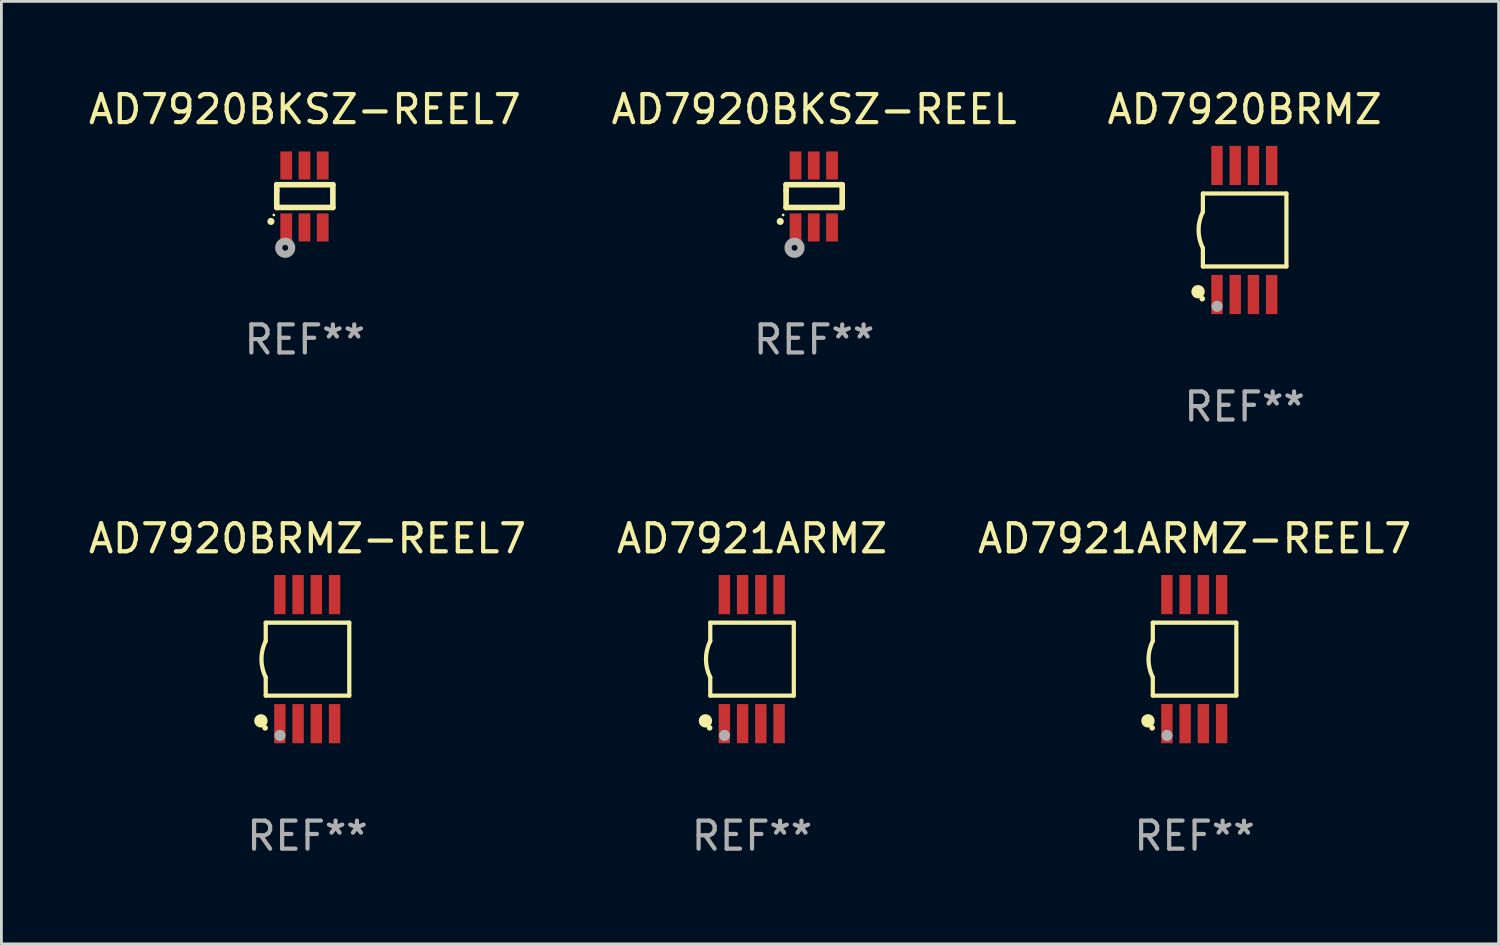
<source format=kicad_pcb>
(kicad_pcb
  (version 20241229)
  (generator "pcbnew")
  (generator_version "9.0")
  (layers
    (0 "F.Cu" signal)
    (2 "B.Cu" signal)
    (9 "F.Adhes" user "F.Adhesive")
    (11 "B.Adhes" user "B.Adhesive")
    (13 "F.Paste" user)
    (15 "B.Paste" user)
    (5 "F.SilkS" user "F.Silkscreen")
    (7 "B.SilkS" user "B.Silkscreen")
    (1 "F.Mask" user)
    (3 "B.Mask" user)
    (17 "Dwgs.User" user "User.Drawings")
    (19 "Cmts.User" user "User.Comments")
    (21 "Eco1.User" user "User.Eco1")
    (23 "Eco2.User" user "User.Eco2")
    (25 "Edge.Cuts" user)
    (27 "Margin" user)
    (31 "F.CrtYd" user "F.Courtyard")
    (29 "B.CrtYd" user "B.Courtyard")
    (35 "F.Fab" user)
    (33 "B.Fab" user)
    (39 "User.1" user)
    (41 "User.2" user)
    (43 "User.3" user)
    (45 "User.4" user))
  (footprint "AD7920BRMZ-REEL7"
    (layer "F.Cu")
    (at 7.911 20.445)
    (property "Reference" "AD7920BRMZ-REEL7" (at 0 -4.3 0) (layer "F.SilkS") (effects (font (size 1 1) (thickness 0.15))))
    (attr through_hole)
    (fp_line (start -1.489 -1.3) (end -1.489 -0.648) (stroke (width 0.15) (type solid)) (layer "F.SilkS"))
    (fp_line (start -1.489 0.648) (end -1.489 1.3) (stroke (width 0.15) (type solid)) (layer "F.SilkS"))
    (fp_line (start -1.489 1.3) (end 1.489 1.3) (stroke (width 0.15) (type solid)) (layer "F.SilkS"))
    (fp_line (start 1.489 -1.3) (end -1.489 -1.3) (stroke (width 0.15) (type solid)) (layer "F.SilkS"))
    (fp_line (start 1.489 1.3) (end 1.489 -1.3) (stroke (width 0.15) (type solid)) (layer "F.SilkS"))
    (fp_arc (start -1.489205 0.647702) (mid -1.642107 0) (end -1.489205 -0.647701) (stroke (width 0.150013) (type solid)) (layer "F.SilkS"))
    (fp_circle (center -1.661 2.2) (end -1.541 2.2) (stroke (width 0.24) (type solid)) (fill no) (layer "F.SilkS"))
    (fp_circle (center -1.511 2.45) (end -1.461 2.45) (stroke (width 0.1) (type solid)) (fill no) (layer "F.SilkS"))
    (fp_circle (center -0.981 2.72) (end -0.881 2.72) (stroke (width 0.2) (type solid)) (fill no) (layer "F.Fab"))
    (fp_text user "REF**" (at 0 6.3 0) (layer "F.Fab") (effects (font (size 1 1) (thickness 0.15))))
    (pad "1" smd rect (at -0.986 2.3) (size 0.406 1.397) (layers "F.Cu" "F.Mask" "F.Paste"))
    (pad "2" smd rect (at -0.336 2.3) (size 0.406 1.397) (layers "F.Cu" "F.Mask" "F.Paste"))
    (pad "3" smd rect (at 0.314 2.3) (size 0.406 1.397) (layers "F.Cu" "F.Mask" "F.Paste"))
    (pad "4" smd rect (at 0.964 2.3) (size 0.406 1.397) (layers "F.Cu" "F.Mask" "F.Paste"))
    (pad "5" smd rect (at 0.964 -2.3) (size 0.406 1.397) (layers "F.Cu" "F.Mask" "F.Paste"))
    (pad "6" smd rect (at 0.314 -2.3) (size 0.406 1.397) (layers "F.Cu" "F.Mask" "F.Paste"))
    (pad "7" smd rect (at -0.336 -2.3) (size 0.406 1.397) (layers "F.Cu" "F.Mask" "F.Paste"))
    (pad "8" smd rect (at -0.986 -2.3) (size 0.406 1.397) (layers "F.Cu" "F.Mask" "F.Paste")))
  (footprint "AD7921ARMZ"
    (layer "F.Cu")
    (at 23.756 20.445)
    (property "Reference" "AD7921ARMZ" (at 0 -4.3 0) (layer "F.SilkS") (effects (font (size 1 1) (thickness 0.15))))
    (attr through_hole)
    (fp_line (start -1.489 -1.3) (end -1.489 -0.648) (stroke (width 0.15) (type solid)) (layer "F.SilkS"))
    (fp_line (start -1.489 0.648) (end -1.489 1.3) (stroke (width 0.15) (type solid)) (layer "F.SilkS"))
    (fp_line (start -1.489 1.3) (end 1.489 1.3) (stroke (width 0.15) (type solid)) (layer "F.SilkS"))
    (fp_line (start 1.489 -1.3) (end -1.489 -1.3) (stroke (width 0.15) (type solid)) (layer "F.SilkS"))
    (fp_line (start 1.489 1.3) (end 1.489 -1.3) (stroke (width 0.15) (type solid)) (layer "F.SilkS"))
    (fp_arc (start -1.489205 0.647702) (mid -1.642107 0) (end -1.489205 -0.647701) (stroke (width 0.150013) (type solid)) (layer "F.SilkS"))
    (fp_circle (center -1.661 2.2) (end -1.541 2.2) (stroke (width 0.24) (type solid)) (fill no) (layer "F.SilkS"))
    (fp_circle (center -1.511 2.45) (end -1.461 2.45) (stroke (width 0.1) (type solid)) (fill no) (layer "F.SilkS"))
    (fp_circle (center -0.981 2.72) (end -0.881 2.72) (stroke (width 0.2) (type solid)) (fill no) (layer "F.Fab"))
    (fp_text user "REF**" (at 0 6.3 0) (layer "F.Fab") (effects (font (size 1 1) (thickness 0.15))))
    (pad "1" smd rect (at -0.986 2.3) (size 0.406 1.397) (layers "F.Cu" "F.Mask" "F.Paste"))
    (pad "2" smd rect (at -0.336 2.3) (size 0.406 1.397) (layers "F.Cu" "F.Mask" "F.Paste"))
    (pad "3" smd rect (at 0.314 2.3) (size 0.406 1.397) (layers "F.Cu" "F.Mask" "F.Paste"))
    (pad "4" smd rect (at 0.964 2.3) (size 0.406 1.397) (layers "F.Cu" "F.Mask" "F.Paste"))
    (pad "5" smd rect (at 0.964 -2.3) (size 0.406 1.397) (layers "F.Cu" "F.Mask" "F.Paste"))
    (pad "6" smd rect (at 0.314 -2.3) (size 0.406 1.397) (layers "F.Cu" "F.Mask" "F.Paste"))
    (pad "7" smd rect (at -0.336 -2.3) (size 0.406 1.397) (layers "F.Cu" "F.Mask" "F.Paste"))
    (pad "8" smd rect (at -0.986 -2.3) (size 0.406 1.397) (layers "F.Cu" "F.Mask" "F.Paste")))
  (footprint "AD7920BKSZ-REEL7"
    (layer "F.Cu")
    (at 7.815 3.953)
    (property "Reference" "AD7920BKSZ-REEL7" (at 0 -3.105 0) (layer "F.SilkS") (effects (font (size 1 1) (thickness 0.15))))
    (attr through_hole)
    (fp_line (start -1 -0.419) (end -1 -0.213) (stroke (width 0.2) (type solid)) (layer "F.SilkS"))
    (fp_line (start -1 -0.213) (end -1 0.393) (stroke (width 0.2) (type solid)) (layer "F.SilkS"))
    (fp_line (start -1 0.393) (end 1 0.393) (stroke (width 0.2) (type solid)) (layer "F.SilkS"))
    (fp_line (start 1 -0.419) (end -1 -0.419) (stroke (width 0.2) (type solid)) (layer "F.SilkS"))
    (fp_line (start 1 0.393) (end 1 -0.419) (stroke (width 0.2) (type solid)) (layer "F.SilkS"))
    (fp_arc (start -1.208509 0.890272) (mid -1.208515 0.889002) (end -1.208509 0.887732) (stroke (width 0.25) (type solid)) (layer "F.SilkS"))
    (fp_circle (center -1.105 0.66) (end -1.08 0.66) (stroke (width 0.05) (type solid)) (fill no) (layer "F.SilkS"))
    (fp_circle (center -0.699 1.829) (end -0.594 1.829) (stroke (width 0.254) (type solid)) (fill no) (layer "F.Fab"))
    (fp_text user "REF**" (at 0 5.105 0) (layer "F.Fab") (effects (font (size 1 1) (thickness 0.15))))
    (pad "1" smd rect (at -0.663 1.105) (size 0.42 1) (layers "F.Cu" "F.Mask" "F.Paste"))
    (pad "2" smd rect (at -0.013 1.105) (size 0.42 1) (layers "F.Cu" "F.Mask" "F.Paste"))
    (pad "3" smd rect (at 0.637 1.105) (size 0.42 1) (layers "F.Cu" "F.Mask" "F.Paste"))
    (pad "4" smd rect (at 0.637 -1.105 180) (size 0.42 1) (layers "F.Cu" "F.Mask" "F.Paste"))
    (pad "5" smd rect (at -0.013 -1.105 180) (size 0.42 1) (layers "F.Cu" "F.Mask" "F.Paste"))
    (pad "6" smd rect (at -0.663 -1.105 180) (size 0.42 1) (layers "F.Cu" "F.Mask" "F.Paste")))
  (footprint "AD7920BRMZ"
    (layer "F.Cu")
    (at 41.315 5.148)
    (property "Reference" "AD7920BRMZ" (at 0 -4.3 0) (layer "F.SilkS") (effects (font (size 1 1) (thickness 0.15))))
    (attr through_hole)
    (fp_line (start -1.489 -1.3) (end -1.489 -0.648) (stroke (width 0.15) (type solid)) (layer "F.SilkS"))
    (fp_line (start -1.489 0.648) (end -1.489 1.3) (stroke (width 0.15) (type solid)) (layer "F.SilkS"))
    (fp_line (start -1.489 1.3) (end 1.489 1.3) (stroke (width 0.15) (type solid)) (layer "F.SilkS"))
    (fp_line (start 1.489 -1.3) (end -1.489 -1.3) (stroke (width 0.15) (type solid)) (layer "F.SilkS"))
    (fp_line (start 1.489 1.3) (end 1.489 -1.3) (stroke (width 0.15) (type solid)) (layer "F.SilkS"))
    (fp_arc (start -1.489205 0.647702) (mid -1.642107 0) (end -1.489205 -0.647701) (stroke (width 0.150013) (type solid)) (layer "F.SilkS"))
    (fp_circle (center -1.661 2.2) (end -1.541 2.2) (stroke (width 0.24) (type solid)) (fill no) (layer "F.SilkS"))
    (fp_circle (center -1.511 2.45) (end -1.461 2.45) (stroke (width 0.1) (type solid)) (fill no) (layer "F.SilkS"))
    (fp_circle (center -0.981 2.72) (end -0.881 2.72) (stroke (width 0.2) (type solid)) (fill no) (layer "F.Fab"))
    (fp_text user "REF**" (at 0 6.3 0) (layer "F.Fab") (effects (font (size 1 1) (thickness 0.15))))
    (pad "1" smd rect (at -0.986 2.3) (size 0.406 1.397) (layers "F.Cu" "F.Mask" "F.Paste"))
    (pad "2" smd rect (at -0.336 2.3) (size 0.406 1.397) (layers "F.Cu" "F.Mask" "F.Paste"))
    (pad "3" smd rect (at 0.314 2.3) (size 0.406 1.397) (layers "F.Cu" "F.Mask" "F.Paste"))
    (pad "4" smd rect (at 0.964 2.3) (size 0.406 1.397) (layers "F.Cu" "F.Mask" "F.Paste"))
    (pad "5" smd rect (at 0.964 -2.3) (size 0.406 1.397) (layers "F.Cu" "F.Mask" "F.Paste"))
    (pad "6" smd rect (at 0.314 -2.3) (size 0.406 1.397) (layers "F.Cu" "F.Mask" "F.Paste"))
    (pad "7" smd rect (at -0.336 -2.3) (size 0.406 1.397) (layers "F.Cu" "F.Mask" "F.Paste"))
    (pad "8" smd rect (at -0.986 -2.3) (size 0.406 1.397) (layers "F.Cu" "F.Mask" "F.Paste")))
  (footprint "AD7920BKSZ-REEL"
    (layer "F.Cu")
    (at 25.97 3.953)
    (property "Reference" "AD7920BKSZ-REEL" (at 0 -3.105 0) (layer "F.SilkS") (effects (font (size 1 1) (thickness 0.15))))
    (attr through_hole)
    (fp_line (start -1 -0.419) (end -1 -0.213) (stroke (width 0.2) (type solid)) (layer "F.SilkS"))
    (fp_line (start -1 -0.213) (end -1 0.393) (stroke (width 0.2) (type solid)) (layer "F.SilkS"))
    (fp_line (start -1 0.393) (end 1 0.393) (stroke (width 0.2) (type solid)) (layer "F.SilkS"))
    (fp_line (start 1 -0.419) (end -1 -0.419) (stroke (width 0.2) (type solid)) (layer "F.SilkS"))
    (fp_line (start 1 0.393) (end 1 -0.419) (stroke (width 0.2) (type solid)) (layer "F.SilkS"))
    (fp_arc (start -1.208509 0.890272) (mid -1.208515 0.889002) (end -1.208509 0.887732) (stroke (width 0.25) (type solid)) (layer "F.SilkS"))
    (fp_circle (center -1.105 0.66) (end -1.08 0.66) (stroke (width 0.05) (type solid)) (fill no) (layer "F.SilkS"))
    (fp_circle (center -0.699 1.829) (end -0.594 1.829) (stroke (width 0.254) (type solid)) (fill no) (layer "F.Fab"))
    (fp_text user "REF**" (at 0 5.105 0) (layer "F.Fab") (effects (font (size 1 1) (thickness 0.15))))
    (pad "1" smd rect (at -0.663 1.105) (size 0.42 1) (layers "F.Cu" "F.Mask" "F.Paste"))
    (pad "2" smd rect (at -0.013 1.105) (size 0.42 1) (layers "F.Cu" "F.Mask" "F.Paste"))
    (pad "3" smd rect (at 0.637 1.105) (size 0.42 1) (layers "F.Cu" "F.Mask" "F.Paste"))
    (pad "4" smd rect (at 0.637 -1.105 180) (size 0.42 1) (layers "F.Cu" "F.Mask" "F.Paste"))
    (pad "5" smd rect (at -0.013 -1.105 180) (size 0.42 1) (layers "F.Cu" "F.Mask" "F.Paste"))
    (pad "6" smd rect (at -0.663 -1.105 180) (size 0.42 1) (layers "F.Cu" "F.Mask" "F.Paste")))
  (footprint "AD7921ARMZ-REEL7"
    (layer "F.Cu")
    (at 39.53 20.445)
    (property "Reference" "AD7921ARMZ-REEL7" (at 0 -4.3 0) (layer "F.SilkS") (effects (font (size 1 1) (thickness 0.15))))
    (attr through_hole)
    (fp_line (start -1.489 -1.3) (end -1.489 -0.648) (stroke (width 0.15) (type solid)) (layer "F.SilkS"))
    (fp_line (start -1.489 0.648) (end -1.489 1.3) (stroke (width 0.15) (type solid)) (layer "F.SilkS"))
    (fp_line (start -1.489 1.3) (end 1.489 1.3) (stroke (width 0.15) (type solid)) (layer "F.SilkS"))
    (fp_line (start 1.489 -1.3) (end -1.489 -1.3) (stroke (width 0.15) (type solid)) (layer "F.SilkS"))
    (fp_line (start 1.489 1.3) (end 1.489 -1.3) (stroke (width 0.15) (type solid)) (layer "F.SilkS"))
    (fp_arc (start -1.489205 0.647702) (mid -1.642107 0) (end -1.489205 -0.647701) (stroke (width 0.150013) (type solid)) (layer "F.SilkS"))
    (fp_circle (center -1.661 2.2) (end -1.541 2.2) (stroke (width 0.24) (type solid)) (fill no) (layer "F.SilkS"))
    (fp_circle (center -1.511 2.45) (end -1.461 2.45) (stroke (width 0.1) (type solid)) (fill no) (layer "F.SilkS"))
    (fp_circle (center -0.981 2.72) (end -0.881 2.72) (stroke (width 0.2) (type solid)) (fill no) (layer "F.Fab"))
    (fp_text user "REF**" (at 0 6.3 0) (layer "F.Fab") (effects (font (size 1 1) (thickness 0.15))))
    (pad "1" smd rect (at -0.986 2.3) (size 0.406 1.397) (layers "F.Cu" "F.Mask" "F.Paste"))
    (pad "2" smd rect (at -0.336 2.3) (size 0.406 1.397) (layers "F.Cu" "F.Mask" "F.Paste"))
    (pad "3" smd rect (at 0.314 2.3) (size 0.406 1.397) (layers "F.Cu" "F.Mask" "F.Paste"))
    (pad "4" smd rect (at 0.964 2.3) (size 0.406 1.397) (layers "F.Cu" "F.Mask" "F.Paste"))
    (pad "5" smd rect (at 0.964 -2.3) (size 0.406 1.397) (layers "F.Cu" "F.Mask" "F.Paste"))
    (pad "6" smd rect (at 0.314 -2.3) (size 0.406 1.397) (layers "F.Cu" "F.Mask" "F.Paste"))
    (pad "7" smd rect (at -0.336 -2.3) (size 0.406 1.397) (layers "F.Cu" "F.Mask" "F.Paste"))
    (pad "8" smd rect (at -0.986 -2.3) (size 0.406 1.397) (layers "F.Cu" "F.Mask" "F.Paste")))
  (gr_rect
    (start -3 -3)
    (end 50.369 30.593)
    (stroke (width 0.1) (type default))
    (fill no)
    (layer "Edge.Cuts")))
</source>
